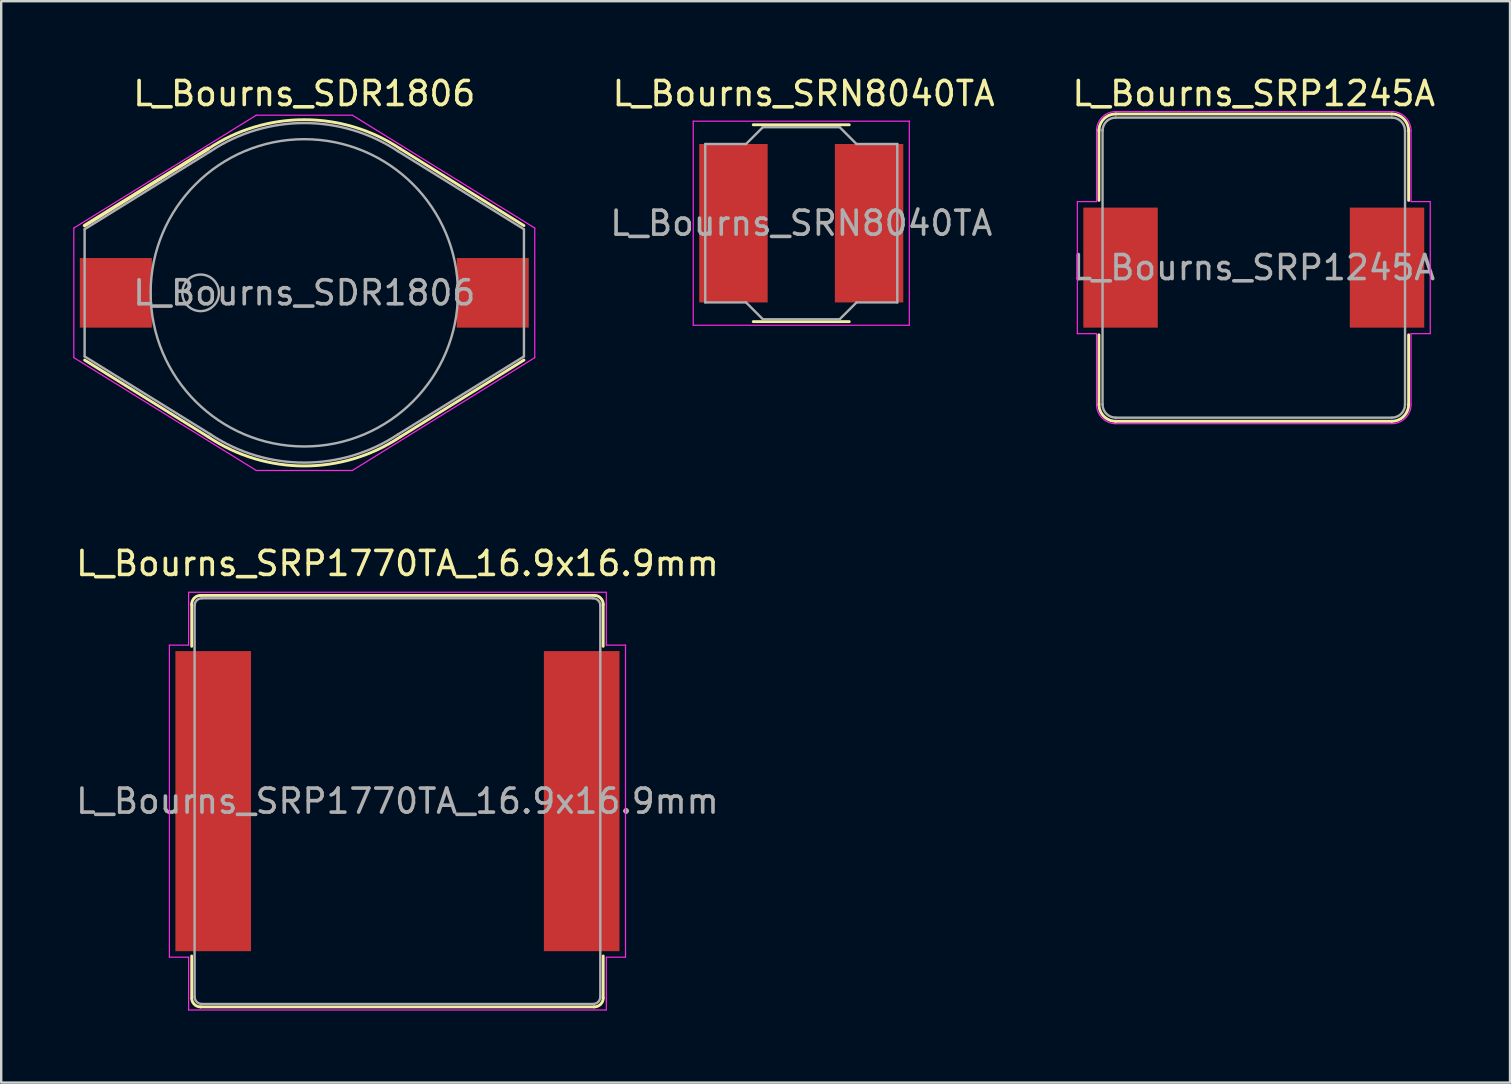
<source format=kicad_pcb>
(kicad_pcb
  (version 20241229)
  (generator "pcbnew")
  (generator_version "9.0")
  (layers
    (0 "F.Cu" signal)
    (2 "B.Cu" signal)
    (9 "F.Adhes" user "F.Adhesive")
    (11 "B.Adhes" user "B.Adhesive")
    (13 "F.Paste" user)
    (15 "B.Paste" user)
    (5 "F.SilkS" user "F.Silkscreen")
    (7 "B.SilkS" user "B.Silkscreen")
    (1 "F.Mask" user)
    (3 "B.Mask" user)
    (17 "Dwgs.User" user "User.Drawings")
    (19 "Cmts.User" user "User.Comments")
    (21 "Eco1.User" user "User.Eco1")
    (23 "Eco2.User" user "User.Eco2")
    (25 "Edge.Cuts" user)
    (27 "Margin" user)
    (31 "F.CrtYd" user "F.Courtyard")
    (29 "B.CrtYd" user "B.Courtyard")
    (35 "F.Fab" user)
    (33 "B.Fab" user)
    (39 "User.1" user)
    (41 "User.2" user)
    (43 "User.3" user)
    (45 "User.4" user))
  (footprint "L_Bourns_SRN8040TA"
    (layer "F.Cu")
    (at 30.327 6.248)
    (property "Reference" "L_Bourns_SRN8040TA" (at 0.1 -5.4 180) (layer "F.SilkS") (effects (font (size 1 1) (thickness 0.15))))
    (attr smd)
    (fp_line (start 2 -4.1) (end -2 -4.1) (stroke (width 0.12) (type solid)) (layer "F.SilkS"))
    (fp_line (start 2 4.1) (end -2 4.1) (stroke (width 0.12) (type solid)) (layer "F.SilkS"))
    (fp_line (start -4.5 -4.25) (end -4.5 4.25) (stroke (width 0.05) (type solid)) (layer "F.CrtYd"))
    (fp_line (start -4.5 4.25) (end 4.5 4.25) (stroke (width 0.05) (type solid)) (layer "F.CrtYd"))
    (fp_line (start 4.5 -4.25) (end -4.5 -4.25) (stroke (width 0.05) (type solid)) (layer "F.CrtYd"))
    (fp_line (start 4.5 4.25) (end 4.5 -4.25) (stroke (width 0.05) (type solid)) (layer "F.CrtYd"))
    (fp_line (start -4 3.3) (end -4 -3.3) (stroke (width 0.1) (type solid)) (layer "F.Fab"))
    (fp_line (start -2.3 -3.3) (end -4 -3.3) (stroke (width 0.1) (type solid)) (layer "F.Fab"))
    (fp_line (start -2.3 3.3) (end -4 3.3) (stroke (width 0.1) (type solid)) (layer "F.Fab"))
    (fp_line (start -1.6 -4) (end -2.3 -3.3) (stroke (width 0.1) (type solid)) (layer "F.Fab"))
    (fp_line (start -1.6 4) (end -2.3 3.3) (stroke (width 0.1) (type solid)) (layer "F.Fab"))
    (fp_line (start 1.6 -4) (end -1.6 -4) (stroke (width 0.1) (type solid)) (layer "F.Fab"))
    (fp_line (start 1.6 -4) (end 2.3 -3.3) (stroke (width 0.1) (type solid)) (layer "F.Fab"))
    (fp_line (start 1.6 4) (end -1.6 4) (stroke (width 0.1) (type solid)) (layer "F.Fab"))
    (fp_line (start 1.6 4) (end 2.3 3.3) (stroke (width 0.1) (type solid)) (layer "F.Fab"))
    (fp_line (start 2.3 -3.3) (end 4 -3.3) (stroke (width 0.1) (type solid)) (layer "F.Fab"))
    (fp_line (start 2.3 3.3) (end 4 3.3) (stroke (width 0.1) (type solid)) (layer "F.Fab"))
    (fp_line (start 4 -3.3) (end 4 3.3) (stroke (width 0.1) (type solid)) (layer "F.Fab"))
    (fp_text user "${REFERENCE}" (at 0 0 0) (layer "F.Fab") (effects (font (size 1 1) (thickness 0.15))))
    (pad "1" smd rect (at -2.825 0 270) (size 6.6 2.85) (layers "F.Cu" "F.Mask" "F.Paste"))
    (pad "2" smd rect (at 2.825 0 270) (size 6.6 2.85) (layers "F.Cu" "F.Mask" "F.Paste")))
  (footprint "L_Bourns_SRP1770TA_16.9x16.9mm"
    (layer "F.Cu")
    (at 13.506 30.322)
    (property "Reference" "L_Bourns_SRP1770TA_16.9x16.9mm" (at 0 -9.9 0) (layer "F.SilkS") (effects (font (size 1 1) (thickness 0.15))))
    (attr smd)
    (fp_line (start -8.57 -8.2) (end -8.57 -6.45) (stroke (width 0.12) (type solid)) (layer "F.SilkS"))
    (fp_line (start -8.57 6.45) (end -8.57 8.2) (stroke (width 0.12) (type solid)) (layer "F.SilkS"))
    (fp_line (start -8.2 -8.57) (end 8.2 -8.57) (stroke (width 0.12) (type solid)) (layer "F.SilkS"))
    (fp_line (start 8.2 8.57) (end -8.2 8.57) (stroke (width 0.12) (type solid)) (layer "F.SilkS"))
    (fp_line (start 8.57 -8.2) (end 8.57 -6.45) (stroke (width 0.12) (type solid)) (layer "F.SilkS"))
    (fp_line (start 8.57 6.45) (end 8.57 8.2) (stroke (width 0.12) (type solid)) (layer "F.SilkS"))
    (fp_arc (start -8.57 -8.2) (mid -8.46163 -8.46163) (end -8.2 -8.57) (stroke (width 0.12) (type solid)) (layer "F.SilkS"))
    (fp_arc (start -8.2 8.571214) (mid -8.451658 8.472888) (end -8.57 8.23) (stroke (width 0.12) (type solid)) (layer "F.SilkS"))
    (fp_arc (start 8.209248 -8.569884) (mid 8.464879 -8.458339) (end 8.57 -8.2) (stroke (width 0.12) (type solid)) (layer "F.SilkS"))
    (fp_arc (start 8.570135 8.2) (mid 8.458165 8.465237) (end 8.19 8.57) (stroke (width 0.12) (type solid)) (layer "F.SilkS"))
    (fp_line (start -9.5 -6.5) (end -9.5 6.5) (stroke (width 0.05) (type solid)) (layer "F.CrtYd"))
    (fp_line (start -9.5 -6.5) (end -8.7 -6.5) (stroke (width 0.05) (type solid)) (layer "F.CrtYd"))
    (fp_line (start -8.7 -8.7) (end -8.7 -6.5) (stroke (width 0.05) (type solid)) (layer "F.CrtYd"))
    (fp_line (start -8.7 -8.7) (end 8.7 -8.7) (stroke (width 0.05) (type solid)) (layer "F.CrtYd"))
    (fp_line (start -8.7 6.5) (end -9.5 6.5) (stroke (width 0.05) (type solid)) (layer "F.CrtYd"))
    (fp_line (start -8.7 8.7) (end -8.7 6.5) (stroke (width 0.05) (type solid)) (layer "F.CrtYd"))
    (fp_line (start 8.7 -8.7) (end 8.7 -6.5) (stroke (width 0.05) (type solid)) (layer "F.CrtYd"))
    (fp_line (start 8.7 6.5) (end 8.7 8.7) (stroke (width 0.05) (type solid)) (layer "F.CrtYd"))
    (fp_line (start 8.7 8.7) (end -8.7 8.7) (stroke (width 0.05) (type solid)) (layer "F.CrtYd"))
    (fp_line (start 9.5 -6.5) (end 8.7 -6.5) (stroke (width 0.05) (type solid)) (layer "F.CrtYd"))
    (fp_line (start 9.5 -6.5) (end 9.5 6.5) (stroke (width 0.05) (type solid)) (layer "F.CrtYd"))
    (fp_line (start 9.5 6.5) (end 8.7 6.5) (stroke (width 0.05) (type solid)) (layer "F.CrtYd"))
    (fp_line (start -8.45 -8.15) (end -8.45 8.15) (stroke (width 0.1) (type solid)) (layer "F.Fab"))
    (fp_line (start -8.15 -8.45) (end 8.15 -8.45) (stroke (width 0.1) (type solid)) (layer "F.Fab"))
    (fp_line (start 8.15 8.45) (end -8.15 8.45) (stroke (width 0.1) (type solid)) (layer "F.Fab"))
    (fp_line (start 8.45 -8.15) (end 8.45 8.15) (stroke (width 0.1) (type solid)) (layer "F.Fab"))
    (fp_arc (start -8.45 -8.15) (mid -8.362132 -8.362132) (end -8.15 -8.45) (stroke (width 0.1) (type solid)) (layer "F.Fab"))
    (fp_arc (start -8.15 8.45) (mid -8.362132 8.362132) (end -8.45 8.15) (stroke (width 0.1) (type solid)) (layer "F.Fab"))
    (fp_arc (start 8.15 -8.45) (mid 8.362132 -8.362132) (end 8.45 -8.15) (stroke (width 0.1) (type solid)) (layer "F.Fab"))
    (fp_arc (start 8.45 8.15) (mid 8.362132 8.362132) (end 8.15 8.45) (stroke (width 0.1) (type solid)) (layer "F.Fab"))
    (fp_text user "${REFERENCE}" (at 0 0 0) (layer "F.Fab") (effects (font (size 1 1) (thickness 0.15))))
    (pad "1" smd rect (at -7.675 0) (size 3.15 12.5) (layers "F.Cu" "F.Mask" "F.Paste"))
    (pad "2" smd rect (at 7.675 0) (size 3.15 12.5) (layers "F.Cu" "F.Mask" "F.Paste")))
  (footprint "L_Bourns_SDR1806"
    (layer "F.Cu")
    (at 9.625 9.148)
    (property "Reference" "L_Bourns_SDR1806" (at 0 -8.3 0) (layer "F.SilkS") (effects (font (size 1 1) (thickness 0.15))))
    (attr smd)
    (fp_line (start -9.15 -2.8) (end -4 -6) (stroke (width 0.15) (type solid)) (layer "F.SilkS"))
    (fp_line (start -4 6) (end -9.15 2.8) (stroke (width 0.12) (type solid)) (layer "F.SilkS"))
    (fp_line (start 4 -6) (end 9.15 -2.8) (stroke (width 0.12) (type solid)) (layer "F.SilkS"))
    (fp_line (start 9.15 2.8) (end 4 6) (stroke (width 0.12) (type solid)) (layer "F.SilkS"))
    (fp_arc (start -3.991604 -6.005589) (mid 0.005043 -7.211101) (end 4 -6) (stroke (width 0.12) (type solid)) (layer "F.SilkS"))
    (fp_arc (start 3.991604 6.005589) (mid -0.005043 7.211101) (end -4 6) (stroke (width 0.12) (type solid)) (layer "F.SilkS"))
    (fp_line (start -9.6 2.7) (end -9.6 -2.7) (stroke (width 0.05) (type solid)) (layer "F.CrtYd"))
    (fp_line (start -9.6 2.7) (end -2 7.4) (stroke (width 0.05) (type solid)) (layer "F.CrtYd"))
    (fp_line (start -2 -7.4) (end -9.6 -2.7) (stroke (width 0.05) (type solid)) (layer "F.CrtYd"))
    (fp_line (start -2 -7.4) (end 2 -7.4) (stroke (width 0.05) (type solid)) (layer "F.CrtYd"))
    (fp_line (start 2 7.4) (end -2 7.4) (stroke (width 0.05) (type solid)) (layer "F.CrtYd"))
    (fp_line (start 2 7.4) (end 9.6 2.7) (stroke (width 0.05) (type solid)) (layer "F.CrtYd"))
    (fp_line (start 9.6 -2.7) (end 2 -7.4) (stroke (width 0.05) (type solid)) (layer "F.CrtYd"))
    (fp_line (start 9.6 -2.7) (end 9.6 2.7) (stroke (width 0.05) (type solid)) (layer "F.CrtYd"))
    (fp_line (start -9.15 -2.65) (end -9.15 2.65) (stroke (width 0.1) (type solid)) (layer "F.Fab"))
    (fp_line (start -9.15 -2.65) (end -3.9 -5.9) (stroke (width 0.1) (type solid)) (layer "F.Fab"))
    (fp_line (start -3.9 5.9) (end -9.15 2.65) (stroke (width 0.1) (type solid)) (layer "F.Fab"))
    (fp_line (start 3.9 -5.9) (end 9.15 -2.65) (stroke (width 0.1) (type solid)) (layer "F.Fab"))
    (fp_line (start 9.15 2.65) (end 3.9 5.9) (stroke (width 0.1) (type solid)) (layer "F.Fab"))
    (fp_line (start 9.15 2.65) (end 9.15 -2.65) (stroke (width 0.1) (type solid)) (layer "F.Fab"))
    (fp_arc (start -3.896832 -5.902093) (mid 0.001898 -7.072482) (end 3.9 -5.9) (stroke (width 0.1) (type solid)) (layer "F.Fab"))
    (fp_arc (start 3.896832 5.902093) (mid -0.001898 7.072482) (end -3.9 5.9) (stroke (width 0.1) (type solid)) (layer "F.Fab"))
    (fp_circle (center -4.318 0) (end -4.318 -0.762) (stroke (width 0.1) (type solid)) (fill no) (layer "F.Fab"))
    (fp_circle (center 0 0) (end 0 -6.4) (stroke (width 0.1) (type solid)) (fill no) (layer "F.Fab"))
    (fp_text user "${REFERENCE}" (at 0 0 0) (layer "F.Fab") (effects (font (size 1 1) (thickness 0.15))))
    (pad "1" smd rect (at -7.85 0) (size 3 2.9) (layers "F.Cu" "F.Mask" "F.Paste"))
    (pad "2" smd rect (at 7.85 0 180) (size 3 2.9) (layers "F.Cu" "F.Mask" "F.Paste")))
  (footprint "L_Bourns_SRP1245A"
    (layer "F.Cu")
    (at 49.177 8.098)
    (property "Reference" "L_Bourns_SRP1245A" (at 0 -7.25 0) (layer "F.SilkS") (effects (font (size 1 1) (thickness 0.15))))
    (attr smd)
    (fp_line (start -6.45 -5.75) (end -6.45 -2.8) (stroke (width 0.12) (type solid)) (layer "F.SilkS"))
    (fp_line (start -6.45 2.8) (end -6.45 5.7) (stroke (width 0.12) (type solid)) (layer "F.SilkS"))
    (fp_line (start -5.75 -6.4) (end 5.75 -6.4) (stroke (width 0.12) (type solid)) (layer "F.SilkS"))
    (fp_line (start 5.75 6.4) (end -5.75 6.4) (stroke (width 0.12) (type solid)) (layer "F.SilkS"))
    (fp_line (start 6.45 -5.7) (end 6.45 -2.8) (stroke (width 0.12) (type solid)) (layer "F.SilkS"))
    (fp_line (start 6.45 2.8) (end 6.45 5.7) (stroke (width 0.12) (type solid)) (layer "F.SilkS"))
    (fp_arc (start -6.45 -5.7) (mid -6.244975 -6.194975) (end -5.75 -6.4) (stroke (width 0.12) (type solid)) (layer "F.SilkS"))
    (fp_arc (start -5.75 6.4) (mid -6.244975 6.194975) (end -6.45 5.7) (stroke (width 0.12) (type solid)) (layer "F.SilkS"))
    (fp_arc (start 5.75 -6.4) (mid 6.244975 -6.194975) (end 6.45 -5.7) (stroke (width 0.12) (type solid)) (layer "F.SilkS"))
    (fp_arc (start 6.45 5.7) (mid 6.244975 6.194975) (end 5.75 6.4) (stroke (width 0.12) (type solid)) (layer "F.SilkS"))
    (fp_line (start -7.35 -2.75) (end -6.55 -2.75) (stroke (width 0.05) (type solid)) (layer "F.CrtYd"))
    (fp_line (start -7.35 2.75) (end -7.35 -2.75) (stroke (width 0.05) (type solid)) (layer "F.CrtYd"))
    (fp_line (start -7.35 2.75) (end -6.55 2.75) (stroke (width 0.05) (type solid)) (layer "F.CrtYd"))
    (fp_line (start -6.55 -2.75) (end -6.55 -5.7) (stroke (width 0.05) (type solid)) (layer "F.CrtYd"))
    (fp_line (start -6.55 5.7) (end -6.55 2.75) (stroke (width 0.05) (type solid)) (layer "F.CrtYd"))
    (fp_line (start -5.75 -6.5) (end 5.75 -6.5) (stroke (width 0.05) (type solid)) (layer "F.CrtYd"))
    (fp_line (start 5.75 6.5) (end -5.75 6.5) (stroke (width 0.05) (type solid)) (layer "F.CrtYd"))
    (fp_line (start 6.55 -5.7) (end 6.55 -2.75) (stroke (width 0.05) (type solid)) (layer "F.CrtYd"))
    (fp_line (start 6.55 2.75) (end 6.55 5.7) (stroke (width 0.05) (type solid)) (layer "F.CrtYd"))
    (fp_line (start 7.35 -2.75) (end 6.55 -2.75) (stroke (width 0.05) (type solid)) (layer "F.CrtYd"))
    (fp_line (start 7.35 -2.75) (end 7.35 2.75) (stroke (width 0.05) (type solid)) (layer "F.CrtYd"))
    (fp_line (start 7.35 2.75) (end 6.55 2.75) (stroke (width 0.05) (type solid)) (layer "F.CrtYd"))
    (fp_arc (start -6.55 -5.7) (mid -6.315685 -6.265685) (end -5.75 -6.5) (stroke (width 0.05) (type solid)) (layer "F.CrtYd"))
    (fp_arc (start -5.75 6.5) (mid -6.315685 6.265685) (end -6.55 5.7) (stroke (width 0.05) (type solid)) (layer "F.CrtYd"))
    (fp_arc (start 5.75 -6.5) (mid 6.315685 -6.265685) (end 6.55 -5.7) (stroke (width 0.05) (type solid)) (layer "F.CrtYd"))
    (fp_arc (start 6.55 5.7) (mid 6.315685 6.265685) (end 5.75 6.5) (stroke (width 0.05) (type solid)) (layer "F.CrtYd"))
    (fp_line (start -6.3 -5.75) (end -6.3 5.7) (stroke (width 0.1) (type solid)) (layer "F.Fab"))
    (fp_line (start -5.75 -6.25) (end 5.75 -6.25) (stroke (width 0.1) (type solid)) (layer "F.Fab"))
    (fp_line (start 5.75 6.25) (end -5.75 6.25) (stroke (width 0.1) (type solid)) (layer "F.Fab"))
    (fp_line (start 6.3 -5.7) (end 6.3 5.7) (stroke (width 0.1) (type solid)) (layer "F.Fab"))
    (fp_arc (start -6.3 -5.7) (mid -6.138909 -6.088909) (end -5.75 -6.25) (stroke (width 0.1) (type solid)) (layer "F.Fab"))
    (fp_arc (start -5.75 6.25) (mid -6.138909 6.088909) (end -6.3 5.7) (stroke (width 0.1) (type solid)) (layer "F.Fab"))
    (fp_arc (start 5.75 -6.25) (mid 6.138909 -6.088909) (end 6.3 -5.7) (stroke (width 0.1) (type solid)) (layer "F.Fab"))
    (fp_arc (start 6.3 5.7) (mid 6.138909 6.088909) (end 5.75 6.25) (stroke (width 0.1) (type solid)) (layer "F.Fab"))
    (fp_text user "${REFERENCE}" (at 0 0 0) (layer "F.Fab") (effects (font (size 1 1) (thickness 0.15))))
    (pad "1" smd rect (at -5.55 0) (size 3.1 5) (layers "F.Cu" "F.Mask" "F.Paste"))
    (pad "2" smd rect (at 5.55 0) (size 3.1 5) (layers "F.Cu" "F.Mask" "F.Paste")))
  (gr_rect
    (start -3 -3)
    (end 59.85 42.047)
    (stroke (width 0.1) (type default))
    (fill no)
    (layer "Edge.Cuts")))
</source>
